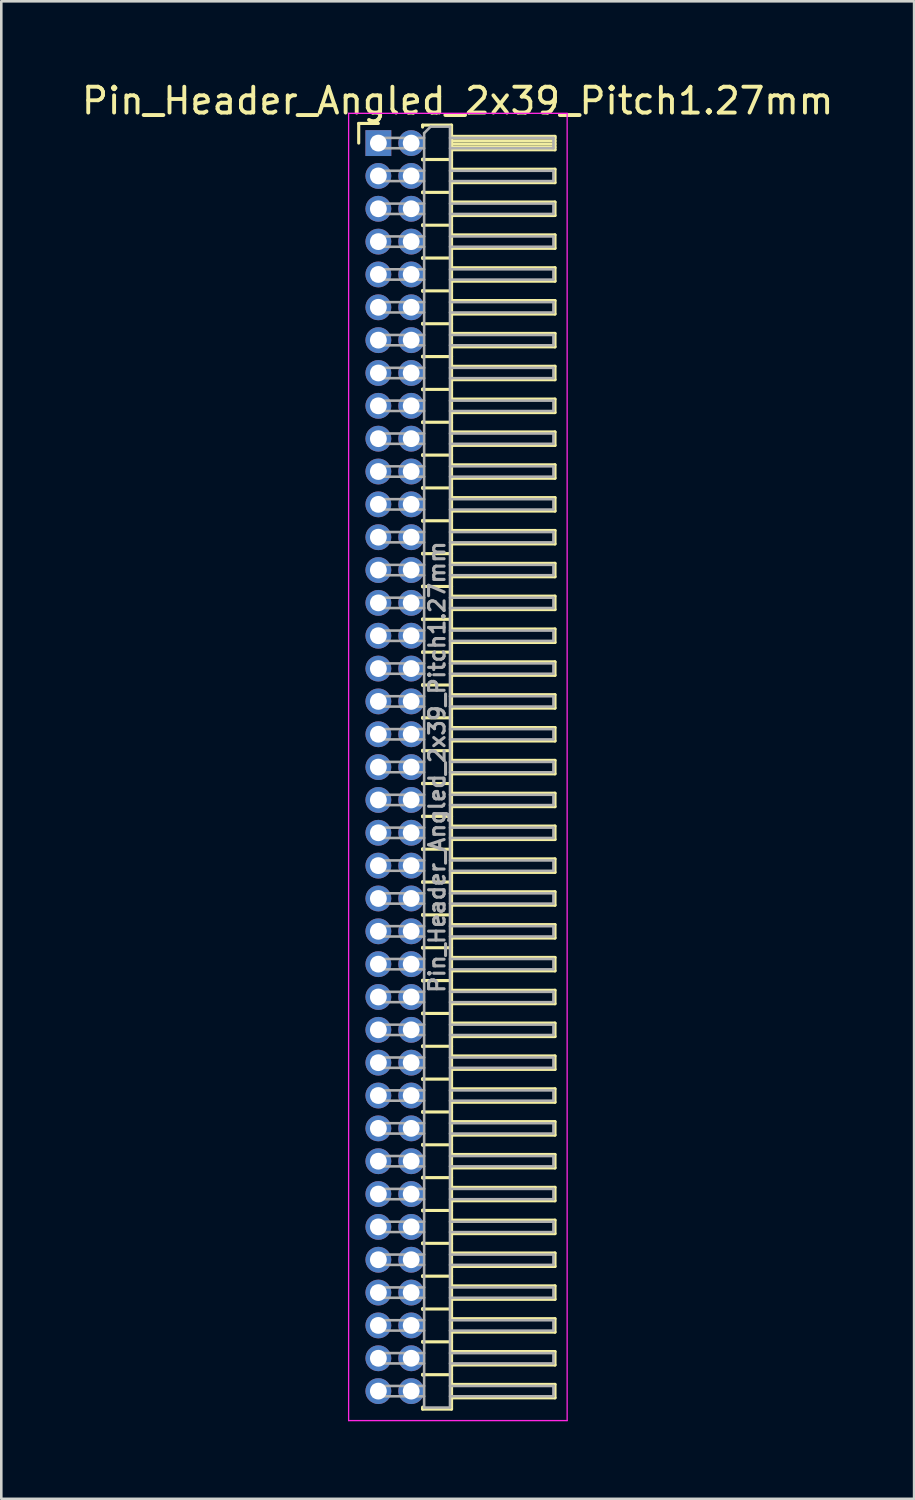
<source format=kicad_pcb>
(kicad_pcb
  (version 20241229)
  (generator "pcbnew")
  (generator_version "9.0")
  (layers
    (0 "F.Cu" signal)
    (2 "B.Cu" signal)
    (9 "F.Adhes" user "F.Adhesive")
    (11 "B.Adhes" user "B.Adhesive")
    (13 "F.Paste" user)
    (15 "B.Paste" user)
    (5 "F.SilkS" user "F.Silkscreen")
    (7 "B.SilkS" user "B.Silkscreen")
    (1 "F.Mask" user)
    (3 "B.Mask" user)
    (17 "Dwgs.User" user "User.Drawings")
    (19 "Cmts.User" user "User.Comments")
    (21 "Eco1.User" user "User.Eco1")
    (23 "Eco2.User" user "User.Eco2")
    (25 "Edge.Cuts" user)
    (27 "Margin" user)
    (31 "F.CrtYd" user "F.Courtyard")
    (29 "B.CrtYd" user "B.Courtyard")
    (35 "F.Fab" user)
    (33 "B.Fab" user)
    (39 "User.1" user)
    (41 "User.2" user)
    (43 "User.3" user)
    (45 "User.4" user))
  (footprint "Pin_Header_Angled_2x39_Pitch1.27mm"
    (layer "F.Cu")
    (at 11.581 2.483)
    (property "Reference" "Pin_Header_Angled_2x39_Pitch1.27mm" (at 3.067 -1.635 0) (layer "F.SilkS") (effects (font (size 1 1) (thickness 0.15))))
    (attr through_hole)
    (fp_line (start -0.76 -0.76) (end 0 -0.76) (stroke (width 0.12) (type solid)) (layer "F.SilkS"))
    (fp_line (start -0.76 0) (end -0.76 -0.76) (stroke (width 0.12) (type solid)) (layer "F.SilkS"))
    (fp_line (start 1.71 -0.695) (end 2.83 -0.695) (stroke (width 0.12) (type solid)) (layer "F.SilkS"))
    (fp_line (start 1.71 -0.62) (end 1.71 -0.695) (stroke (width 0.12) (type solid)) (layer "F.SilkS"))
    (fp_line (start 1.71 0.62) (end 1.71 0.65) (stroke (width 0.12) (type solid)) (layer "F.SilkS"))
    (fp_line (start 1.71 0.635) (end 2.83 0.635) (stroke (width 0.12) (type solid)) (layer "F.SilkS"))
    (fp_line (start 1.71 1.89) (end 1.71 1.92) (stroke (width 0.12) (type solid)) (layer "F.SilkS"))
    (fp_line (start 1.71 1.905) (end 2.83 1.905) (stroke (width 0.12) (type solid)) (layer "F.SilkS"))
    (fp_line (start 1.71 3.16) (end 1.71 3.19) (stroke (width 0.12) (type solid)) (layer "F.SilkS"))
    (fp_line (start 1.71 3.175) (end 2.83 3.175) (stroke (width 0.12) (type solid)) (layer "F.SilkS"))
    (fp_line (start 1.71 4.43) (end 1.71 4.46) (stroke (width 0.12) (type solid)) (layer "F.SilkS"))
    (fp_line (start 1.71 4.445) (end 2.83 4.445) (stroke (width 0.12) (type solid)) (layer "F.SilkS"))
    (fp_line (start 1.71 5.7) (end 1.71 5.73) (stroke (width 0.12) (type solid)) (layer "F.SilkS"))
    (fp_line (start 1.71 5.715) (end 2.83 5.715) (stroke (width 0.12) (type solid)) (layer "F.SilkS"))
    (fp_line (start 1.71 6.97) (end 1.71 7) (stroke (width 0.12) (type solid)) (layer "F.SilkS"))
    (fp_line (start 1.71 6.985) (end 2.83 6.985) (stroke (width 0.12) (type solid)) (layer "F.SilkS"))
    (fp_line (start 1.71 8.24) (end 1.71 8.27) (stroke (width 0.12) (type solid)) (layer "F.SilkS"))
    (fp_line (start 1.71 8.255) (end 2.83 8.255) (stroke (width 0.12) (type solid)) (layer "F.SilkS"))
    (fp_line (start 1.71 9.51) (end 1.71 9.54) (stroke (width 0.12) (type solid)) (layer "F.SilkS"))
    (fp_line (start 1.71 9.525) (end 2.83 9.525) (stroke (width 0.12) (type solid)) (layer "F.SilkS"))
    (fp_line (start 1.71 10.78) (end 1.71 10.81) (stroke (width 0.12) (type solid)) (layer "F.SilkS"))
    (fp_line (start 1.71 10.795) (end 2.83 10.795) (stroke (width 0.12) (type solid)) (layer "F.SilkS"))
    (fp_line (start 1.71 12.05) (end 1.71 12.08) (stroke (width 0.12) (type solid)) (layer "F.SilkS"))
    (fp_line (start 1.71 12.065) (end 2.83 12.065) (stroke (width 0.12) (type solid)) (layer "F.SilkS"))
    (fp_line (start 1.71 13.32) (end 1.71 13.35) (stroke (width 0.12) (type solid)) (layer "F.SilkS"))
    (fp_line (start 1.71 13.335) (end 2.83 13.335) (stroke (width 0.12) (type solid)) (layer "F.SilkS"))
    (fp_line (start 1.71 14.59) (end 1.71 14.62) (stroke (width 0.12) (type solid)) (layer "F.SilkS"))
    (fp_line (start 1.71 14.605) (end 2.83 14.605) (stroke (width 0.12) (type solid)) (layer "F.SilkS"))
    (fp_line (start 1.71 15.86) (end 1.71 15.89) (stroke (width 0.12) (type solid)) (layer "F.SilkS"))
    (fp_line (start 1.71 15.875) (end 2.83 15.875) (stroke (width 0.12) (type solid)) (layer "F.SilkS"))
    (fp_line (start 1.71 17.13) (end 1.71 17.16) (stroke (width 0.12) (type solid)) (layer "F.SilkS"))
    (fp_line (start 1.71 17.145) (end 2.83 17.145) (stroke (width 0.12) (type solid)) (layer "F.SilkS"))
    (fp_line (start 1.71 18.4) (end 1.71 18.43) (stroke (width 0.12) (type solid)) (layer "F.SilkS"))
    (fp_line (start 1.71 18.415) (end 2.83 18.415) (stroke (width 0.12) (type solid)) (layer "F.SilkS"))
    (fp_line (start 1.71 19.67) (end 1.71 19.7) (stroke (width 0.12) (type solid)) (layer "F.SilkS"))
    (fp_line (start 1.71 19.685) (end 2.83 19.685) (stroke (width 0.12) (type solid)) (layer "F.SilkS"))
    (fp_line (start 1.71 20.94) (end 1.71 20.97) (stroke (width 0.12) (type solid)) (layer "F.SilkS"))
    (fp_line (start 1.71 20.955) (end 2.83 20.955) (stroke (width 0.12) (type solid)) (layer "F.SilkS"))
    (fp_line (start 1.71 22.21) (end 1.71 22.24) (stroke (width 0.12) (type solid)) (layer "F.SilkS"))
    (fp_line (start 1.71 22.225) (end 2.83 22.225) (stroke (width 0.12) (type solid)) (layer "F.SilkS"))
    (fp_line (start 1.71 23.48) (end 1.71 23.51) (stroke (width 0.12) (type solid)) (layer "F.SilkS"))
    (fp_line (start 1.71 23.495) (end 2.83 23.495) (stroke (width 0.12) (type solid)) (layer "F.SilkS"))
    (fp_line (start 1.71 24.75) (end 1.71 24.78) (stroke (width 0.12) (type solid)) (layer "F.SilkS"))
    (fp_line (start 1.71 24.765) (end 2.83 24.765) (stroke (width 0.12) (type solid)) (layer "F.SilkS"))
    (fp_line (start 1.71 26.02) (end 1.71 26.05) (stroke (width 0.12) (type solid)) (layer "F.SilkS"))
    (fp_line (start 1.71 26.035) (end 2.83 26.035) (stroke (width 0.12) (type solid)) (layer "F.SilkS"))
    (fp_line (start 1.71 27.29) (end 1.71 27.32) (stroke (width 0.12) (type solid)) (layer "F.SilkS"))
    (fp_line (start 1.71 27.305) (end 2.83 27.305) (stroke (width 0.12) (type solid)) (layer "F.SilkS"))
    (fp_line (start 1.71 28.56) (end 1.71 28.59) (stroke (width 0.12) (type solid)) (layer "F.SilkS"))
    (fp_line (start 1.71 28.575) (end 2.83 28.575) (stroke (width 0.12) (type solid)) (layer "F.SilkS"))
    (fp_line (start 1.71 29.83) (end 1.71 29.86) (stroke (width 0.12) (type solid)) (layer "F.SilkS"))
    (fp_line (start 1.71 29.845) (end 2.83 29.845) (stroke (width 0.12) (type solid)) (layer "F.SilkS"))
    (fp_line (start 1.71 31.1) (end 1.71 31.13) (stroke (width 0.12) (type solid)) (layer "F.SilkS"))
    (fp_line (start 1.71 31.115) (end 2.83 31.115) (stroke (width 0.12) (type solid)) (layer "F.SilkS"))
    (fp_line (start 1.71 32.37) (end 1.71 32.4) (stroke (width 0.12) (type solid)) (layer "F.SilkS"))
    (fp_line (start 1.71 32.385) (end 2.83 32.385) (stroke (width 0.12) (type solid)) (layer "F.SilkS"))
    (fp_line (start 1.71 33.64) (end 1.71 33.67) (stroke (width 0.12) (type solid)) (layer "F.SilkS"))
    (fp_line (start 1.71 33.655) (end 2.83 33.655) (stroke (width 0.12) (type solid)) (layer "F.SilkS"))
    (fp_line (start 1.71 34.91) (end 1.71 34.94) (stroke (width 0.12) (type solid)) (layer "F.SilkS"))
    (fp_line (start 1.71 34.925) (end 2.83 34.925) (stroke (width 0.12) (type solid)) (layer "F.SilkS"))
    (fp_line (start 1.71 36.18) (end 1.71 36.21) (stroke (width 0.12) (type solid)) (layer "F.SilkS"))
    (fp_line (start 1.71 36.195) (end 2.83 36.195) (stroke (width 0.12) (type solid)) (layer "F.SilkS"))
    (fp_line (start 1.71 37.45) (end 1.71 37.48) (stroke (width 0.12) (type solid)) (layer "F.SilkS"))
    (fp_line (start 1.71 37.465) (end 2.83 37.465) (stroke (width 0.12) (type solid)) (layer "F.SilkS"))
    (fp_line (start 1.71 38.72) (end 1.71 38.75) (stroke (width 0.12) (type solid)) (layer "F.SilkS"))
    (fp_line (start 1.71 38.735) (end 2.83 38.735) (stroke (width 0.12) (type solid)) (layer "F.SilkS"))
    (fp_line (start 1.71 39.99) (end 1.71 40.02) (stroke (width 0.12) (type solid)) (layer "F.SilkS"))
    (fp_line (start 1.71 40.005) (end 2.83 40.005) (stroke (width 0.12) (type solid)) (layer "F.SilkS"))
    (fp_line (start 1.71 41.26) (end 1.71 41.29) (stroke (width 0.12) (type solid)) (layer "F.SilkS"))
    (fp_line (start 1.71 41.275) (end 2.83 41.275) (stroke (width 0.12) (type solid)) (layer "F.SilkS"))
    (fp_line (start 1.71 42.53) (end 1.71 42.56) (stroke (width 0.12) (type solid)) (layer "F.SilkS"))
    (fp_line (start 1.71 42.545) (end 2.83 42.545) (stroke (width 0.12) (type solid)) (layer "F.SilkS"))
    (fp_line (start 1.71 43.8) (end 1.71 43.83) (stroke (width 0.12) (type solid)) (layer "F.SilkS"))
    (fp_line (start 1.71 43.815) (end 2.83 43.815) (stroke (width 0.12) (type solid)) (layer "F.SilkS"))
    (fp_line (start 1.71 45.07) (end 1.71 45.1) (stroke (width 0.12) (type solid)) (layer "F.SilkS"))
    (fp_line (start 1.71 45.085) (end 2.83 45.085) (stroke (width 0.12) (type solid)) (layer "F.SilkS"))
    (fp_line (start 1.71 46.34) (end 1.71 46.37) (stroke (width 0.12) (type solid)) (layer "F.SilkS"))
    (fp_line (start 1.71 46.355) (end 2.83 46.355) (stroke (width 0.12) (type solid)) (layer "F.SilkS"))
    (fp_line (start 1.71 47.61) (end 1.71 47.64) (stroke (width 0.12) (type solid)) (layer "F.SilkS"))
    (fp_line (start 1.71 47.625) (end 2.83 47.625) (stroke (width 0.12) (type solid)) (layer "F.SilkS"))
    (fp_line (start 1.71 48.955) (end 1.71 48.88) (stroke (width 0.12) (type solid)) (layer "F.SilkS"))
    (fp_line (start 2.83 -0.695) (end 2.83 48.955) (stroke (width 0.12) (type solid)) (layer "F.SilkS"))
    (fp_line (start 2.83 -0.26) (end 6.83 -0.26) (stroke (width 0.12) (type solid)) (layer "F.SilkS"))
    (fp_line (start 2.83 -0.2) (end 6.83 -0.2) (stroke (width 0.12) (type solid)) (layer "F.SilkS"))
    (fp_line (start 2.83 -0.08) (end 6.83 -0.08) (stroke (width 0.12) (type solid)) (layer "F.SilkS"))
    (fp_line (start 2.83 0.04) (end 6.83 0.04) (stroke (width 0.12) (type solid)) (layer "F.SilkS"))
    (fp_line (start 2.83 0.16) (end 6.83 0.16) (stroke (width 0.12) (type solid)) (layer "F.SilkS"))
    (fp_line (start 2.83 1.01) (end 6.83 1.01) (stroke (width 0.12) (type solid)) (layer "F.SilkS"))
    (fp_line (start 2.83 2.28) (end 6.83 2.28) (stroke (width 0.12) (type solid)) (layer "F.SilkS"))
    (fp_line (start 2.83 3.55) (end 6.83 3.55) (stroke (width 0.12) (type solid)) (layer "F.SilkS"))
    (fp_line (start 2.83 4.82) (end 6.83 4.82) (stroke (width 0.12) (type solid)) (layer "F.SilkS"))
    (fp_line (start 2.83 6.09) (end 6.83 6.09) (stroke (width 0.12) (type solid)) (layer "F.SilkS"))
    (fp_line (start 2.83 7.36) (end 6.83 7.36) (stroke (width 0.12) (type solid)) (layer "F.SilkS"))
    (fp_line (start 2.83 8.63) (end 6.83 8.63) (stroke (width 0.12) (type solid)) (layer "F.SilkS"))
    (fp_line (start 2.83 9.9) (end 6.83 9.9) (stroke (width 0.12) (type solid)) (layer "F.SilkS"))
    (fp_line (start 2.83 11.17) (end 6.83 11.17) (stroke (width 0.12) (type solid)) (layer "F.SilkS"))
    (fp_line (start 2.83 12.44) (end 6.83 12.44) (stroke (width 0.12) (type solid)) (layer "F.SilkS"))
    (fp_line (start 2.83 13.71) (end 6.83 13.71) (stroke (width 0.12) (type solid)) (layer "F.SilkS"))
    (fp_line (start 2.83 14.98) (end 6.83 14.98) (stroke (width 0.12) (type solid)) (layer "F.SilkS"))
    (fp_line (start 2.83 16.25) (end 6.83 16.25) (stroke (width 0.12) (type solid)) (layer "F.SilkS"))
    (fp_line (start 2.83 17.52) (end 6.83 17.52) (stroke (width 0.12) (type solid)) (layer "F.SilkS"))
    (fp_line (start 2.83 18.79) (end 6.83 18.79) (stroke (width 0.12) (type solid)) (layer "F.SilkS"))
    (fp_line (start 2.83 20.06) (end 6.83 20.06) (stroke (width 0.12) (type solid)) (layer "F.SilkS"))
    (fp_line (start 2.83 21.33) (end 6.83 21.33) (stroke (width 0.12) (type solid)) (layer "F.SilkS"))
    (fp_line (start 2.83 22.6) (end 6.83 22.6) (stroke (width 0.12) (type solid)) (layer "F.SilkS"))
    (fp_line (start 2.83 23.87) (end 6.83 23.87) (stroke (width 0.12) (type solid)) (layer "F.SilkS"))
    (fp_line (start 2.83 25.14) (end 6.83 25.14) (stroke (width 0.12) (type solid)) (layer "F.SilkS"))
    (fp_line (start 2.83 26.41) (end 6.83 26.41) (stroke (width 0.12) (type solid)) (layer "F.SilkS"))
    (fp_line (start 2.83 27.68) (end 6.83 27.68) (stroke (width 0.12) (type solid)) (layer "F.SilkS"))
    (fp_line (start 2.83 28.95) (end 6.83 28.95) (stroke (width 0.12) (type solid)) (layer "F.SilkS"))
    (fp_line (start 2.83 30.22) (end 6.83 30.22) (stroke (width 0.12) (type solid)) (layer "F.SilkS"))
    (fp_line (start 2.83 31.49) (end 6.83 31.49) (stroke (width 0.12) (type solid)) (layer "F.SilkS"))
    (fp_line (start 2.83 32.76) (end 6.83 32.76) (stroke (width 0.12) (type solid)) (layer "F.SilkS"))
    (fp_line (start 2.83 34.03) (end 6.83 34.03) (stroke (width 0.12) (type solid)) (layer "F.SilkS"))
    (fp_line (start 2.83 35.3) (end 6.83 35.3) (stroke (width 0.12) (type solid)) (layer "F.SilkS"))
    (fp_line (start 2.83 36.57) (end 6.83 36.57) (stroke (width 0.12) (type solid)) (layer "F.SilkS"))
    (fp_line (start 2.83 37.84) (end 6.83 37.84) (stroke (width 0.12) (type solid)) (layer "F.SilkS"))
    (fp_line (start 2.83 39.11) (end 6.83 39.11) (stroke (width 0.12) (type solid)) (layer "F.SilkS"))
    (fp_line (start 2.83 40.38) (end 6.83 40.38) (stroke (width 0.12) (type solid)) (layer "F.SilkS"))
    (fp_line (start 2.83 41.65) (end 6.83 41.65) (stroke (width 0.12) (type solid)) (layer "F.SilkS"))
    (fp_line (start 2.83 42.92) (end 6.83 42.92) (stroke (width 0.12) (type solid)) (layer "F.SilkS"))
    (fp_line (start 2.83 44.19) (end 6.83 44.19) (stroke (width 0.12) (type solid)) (layer "F.SilkS"))
    (fp_line (start 2.83 45.46) (end 6.83 45.46) (stroke (width 0.12) (type solid)) (layer "F.SilkS"))
    (fp_line (start 2.83 46.73) (end 6.83 46.73) (stroke (width 0.12) (type solid)) (layer "F.SilkS"))
    (fp_line (start 2.83 48) (end 6.83 48) (stroke (width 0.12) (type solid)) (layer "F.SilkS"))
    (fp_line (start 2.83 48.955) (end 1.71 48.955) (stroke (width 0.12) (type solid)) (layer "F.SilkS"))
    (fp_line (start 6.83 -0.26) (end 6.83 0.26) (stroke (width 0.12) (type solid)) (layer "F.SilkS"))
    (fp_line (start 6.83 0.26) (end 2.83 0.26) (stroke (width 0.12) (type solid)) (layer "F.SilkS"))
    (fp_line (start 6.83 1.01) (end 6.83 1.53) (stroke (width 0.12) (type solid)) (layer "F.SilkS"))
    (fp_line (start 6.83 1.53) (end 2.83 1.53) (stroke (width 0.12) (type solid)) (layer "F.SilkS"))
    (fp_line (start 6.83 2.28) (end 6.83 2.8) (stroke (width 0.12) (type solid)) (layer "F.SilkS"))
    (fp_line (start 6.83 2.8) (end 2.83 2.8) (stroke (width 0.12) (type solid)) (layer "F.SilkS"))
    (fp_line (start 6.83 3.55) (end 6.83 4.07) (stroke (width 0.12) (type solid)) (layer "F.SilkS"))
    (fp_line (start 6.83 4.07) (end 2.83 4.07) (stroke (width 0.12) (type solid)) (layer "F.SilkS"))
    (fp_line (start 6.83 4.82) (end 6.83 5.34) (stroke (width 0.12) (type solid)) (layer "F.SilkS"))
    (fp_line (start 6.83 5.34) (end 2.83 5.34) (stroke (width 0.12) (type solid)) (layer "F.SilkS"))
    (fp_line (start 6.83 6.09) (end 6.83 6.61) (stroke (width 0.12) (type solid)) (layer "F.SilkS"))
    (fp_line (start 6.83 6.61) (end 2.83 6.61) (stroke (width 0.12) (type solid)) (layer "F.SilkS"))
    (fp_line (start 6.83 7.36) (end 6.83 7.88) (stroke (width 0.12) (type solid)) (layer "F.SilkS"))
    (fp_line (start 6.83 7.88) (end 2.83 7.88) (stroke (width 0.12) (type solid)) (layer "F.SilkS"))
    (fp_line (start 6.83 8.63) (end 6.83 9.15) (stroke (width 0.12) (type solid)) (layer "F.SilkS"))
    (fp_line (start 6.83 9.15) (end 2.83 9.15) (stroke (width 0.12) (type solid)) (layer "F.SilkS"))
    (fp_line (start 6.83 9.9) (end 6.83 10.42) (stroke (width 0.12) (type solid)) (layer "F.SilkS"))
    (fp_line (start 6.83 10.42) (end 2.83 10.42) (stroke (width 0.12) (type solid)) (layer "F.SilkS"))
    (fp_line (start 6.83 11.17) (end 6.83 11.69) (stroke (width 0.12) (type solid)) (layer "F.SilkS"))
    (fp_line (start 6.83 11.69) (end 2.83 11.69) (stroke (width 0.12) (type solid)) (layer "F.SilkS"))
    (fp_line (start 6.83 12.44) (end 6.83 12.96) (stroke (width 0.12) (type solid)) (layer "F.SilkS"))
    (fp_line (start 6.83 12.96) (end 2.83 12.96) (stroke (width 0.12) (type solid)) (layer "F.SilkS"))
    (fp_line (start 6.83 13.71) (end 6.83 14.23) (stroke (width 0.12) (type solid)) (layer "F.SilkS"))
    (fp_line (start 6.83 14.23) (end 2.83 14.23) (stroke (width 0.12) (type solid)) (layer "F.SilkS"))
    (fp_line (start 6.83 14.98) (end 6.83 15.5) (stroke (width 0.12) (type solid)) (layer "F.SilkS"))
    (fp_line (start 6.83 15.5) (end 2.83 15.5) (stroke (width 0.12) (type solid)) (layer "F.SilkS"))
    (fp_line (start 6.83 16.25) (end 6.83 16.77) (stroke (width 0.12) (type solid)) (layer "F.SilkS"))
    (fp_line (start 6.83 16.77) (end 2.83 16.77) (stroke (width 0.12) (type solid)) (layer "F.SilkS"))
    (fp_line (start 6.83 17.52) (end 6.83 18.04) (stroke (width 0.12) (type solid)) (layer "F.SilkS"))
    (fp_line (start 6.83 18.04) (end 2.83 18.04) (stroke (width 0.12) (type solid)) (layer "F.SilkS"))
    (fp_line (start 6.83 18.79) (end 6.83 19.31) (stroke (width 0.12) (type solid)) (layer "F.SilkS"))
    (fp_line (start 6.83 19.31) (end 2.83 19.31) (stroke (width 0.12) (type solid)) (layer "F.SilkS"))
    (fp_line (start 6.83 20.06) (end 6.83 20.58) (stroke (width 0.12) (type solid)) (layer "F.SilkS"))
    (fp_line (start 6.83 20.58) (end 2.83 20.58) (stroke (width 0.12) (type solid)) (layer "F.SilkS"))
    (fp_line (start 6.83 21.33) (end 6.83 21.85) (stroke (width 0.12) (type solid)) (layer "F.SilkS"))
    (fp_line (start 6.83 21.85) (end 2.83 21.85) (stroke (width 0.12) (type solid)) (layer "F.SilkS"))
    (fp_line (start 6.83 22.6) (end 6.83 23.12) (stroke (width 0.12) (type solid)) (layer "F.SilkS"))
    (fp_line (start 6.83 23.12) (end 2.83 23.12) (stroke (width 0.12) (type solid)) (layer "F.SilkS"))
    (fp_line (start 6.83 23.87) (end 6.83 24.39) (stroke (width 0.12) (type solid)) (layer "F.SilkS"))
    (fp_line (start 6.83 24.39) (end 2.83 24.39) (stroke (width 0.12) (type solid)) (layer "F.SilkS"))
    (fp_line (start 6.83 25.14) (end 6.83 25.66) (stroke (width 0.12) (type solid)) (layer "F.SilkS"))
    (fp_line (start 6.83 25.66) (end 2.83 25.66) (stroke (width 0.12) (type solid)) (layer "F.SilkS"))
    (fp_line (start 6.83 26.41) (end 6.83 26.93) (stroke (width 0.12) (type solid)) (layer "F.SilkS"))
    (fp_line (start 6.83 26.93) (end 2.83 26.93) (stroke (width 0.12) (type solid)) (layer "F.SilkS"))
    (fp_line (start 6.83 27.68) (end 6.83 28.2) (stroke (width 0.12) (type solid)) (layer "F.SilkS"))
    (fp_line (start 6.83 28.2) (end 2.83 28.2) (stroke (width 0.12) (type solid)) (layer "F.SilkS"))
    (fp_line (start 6.83 28.95) (end 6.83 29.47) (stroke (width 0.12) (type solid)) (layer "F.SilkS"))
    (fp_line (start 6.83 29.47) (end 2.83 29.47) (stroke (width 0.12) (type solid)) (layer "F.SilkS"))
    (fp_line (start 6.83 30.22) (end 6.83 30.74) (stroke (width 0.12) (type solid)) (layer "F.SilkS"))
    (fp_line (start 6.83 30.74) (end 2.83 30.74) (stroke (width 0.12) (type solid)) (layer "F.SilkS"))
    (fp_line (start 6.83 31.49) (end 6.83 32.01) (stroke (width 0.12) (type solid)) (layer "F.SilkS"))
    (fp_line (start 6.83 32.01) (end 2.83 32.01) (stroke (width 0.12) (type solid)) (layer "F.SilkS"))
    (fp_line (start 6.83 32.76) (end 6.83 33.28) (stroke (width 0.12) (type solid)) (layer "F.SilkS"))
    (fp_line (start 6.83 33.28) (end 2.83 33.28) (stroke (width 0.12) (type solid)) (layer "F.SilkS"))
    (fp_line (start 6.83 34.03) (end 6.83 34.55) (stroke (width 0.12) (type solid)) (layer "F.SilkS"))
    (fp_line (start 6.83 34.55) (end 2.83 34.55) (stroke (width 0.12) (type solid)) (layer "F.SilkS"))
    (fp_line (start 6.83 35.3) (end 6.83 35.82) (stroke (width 0.12) (type solid)) (layer "F.SilkS"))
    (fp_line (start 6.83 35.82) (end 2.83 35.82) (stroke (width 0.12) (type solid)) (layer "F.SilkS"))
    (fp_line (start 6.83 36.57) (end 6.83 37.09) (stroke (width 0.12) (type solid)) (layer "F.SilkS"))
    (fp_line (start 6.83 37.09) (end 2.83 37.09) (stroke (width 0.12) (type solid)) (layer "F.SilkS"))
    (fp_line (start 6.83 37.84) (end 6.83 38.36) (stroke (width 0.12) (type solid)) (layer "F.SilkS"))
    (fp_line (start 6.83 38.36) (end 2.83 38.36) (stroke (width 0.12) (type solid)) (layer "F.SilkS"))
    (fp_line (start 6.83 39.11) (end 6.83 39.63) (stroke (width 0.12) (type solid)) (layer "F.SilkS"))
    (fp_line (start 6.83 39.63) (end 2.83 39.63) (stroke (width 0.12) (type solid)) (layer "F.SilkS"))
    (fp_line (start 6.83 40.38) (end 6.83 40.9) (stroke (width 0.12) (type solid)) (layer "F.SilkS"))
    (fp_line (start 6.83 40.9) (end 2.83 40.9) (stroke (width 0.12) (type solid)) (layer "F.SilkS"))
    (fp_line (start 6.83 41.65) (end 6.83 42.17) (stroke (width 0.12) (type solid)) (layer "F.SilkS"))
    (fp_line (start 6.83 42.17) (end 2.83 42.17) (stroke (width 0.12) (type solid)) (layer "F.SilkS"))
    (fp_line (start 6.83 42.92) (end 6.83 43.44) (stroke (width 0.12) (type solid)) (layer "F.SilkS"))
    (fp_line (start 6.83 43.44) (end 2.83 43.44) (stroke (width 0.12) (type solid)) (layer "F.SilkS"))
    (fp_line (start 6.83 44.19) (end 6.83 44.71) (stroke (width 0.12) (type solid)) (layer "F.SilkS"))
    (fp_line (start 6.83 44.71) (end 2.83 44.71) (stroke (width 0.12) (type solid)) (layer "F.SilkS"))
    (fp_line (start 6.83 45.46) (end 6.83 45.98) (stroke (width 0.12) (type solid)) (layer "F.SilkS"))
    (fp_line (start 6.83 45.98) (end 2.83 45.98) (stroke (width 0.12) (type solid)) (layer "F.SilkS"))
    (fp_line (start 6.83 46.73) (end 6.83 47.25) (stroke (width 0.12) (type solid)) (layer "F.SilkS"))
    (fp_line (start 6.83 47.25) (end 2.83 47.25) (stroke (width 0.12) (type solid)) (layer "F.SilkS"))
    (fp_line (start 6.83 48) (end 6.83 48.52) (stroke (width 0.12) (type solid)) (layer "F.SilkS"))
    (fp_line (start 6.83 48.52) (end 2.83 48.52) (stroke (width 0.12) (type solid)) (layer "F.SilkS"))
    (fp_line (start -1.15 -1.15) (end -1.15 49.4) (stroke (width 0.05) (type solid)) (layer "F.CrtYd"))
    (fp_line (start -1.15 49.4) (end 7.3 49.4) (stroke (width 0.05) (type solid)) (layer "F.CrtYd"))
    (fp_line (start 7.3 -1.15) (end -1.15 -1.15) (stroke (width 0.05) (type solid)) (layer "F.CrtYd"))
    (fp_line (start 7.3 49.4) (end 7.3 -1.15) (stroke (width 0.05) (type solid)) (layer "F.CrtYd"))
    (fp_line (start -0.2 -0.2) (end -0.2 0.2) (stroke (width 0.1) (type solid)) (layer "F.Fab"))
    (fp_line (start -0.2 -0.2) (end 1.77 -0.2) (stroke (width 0.1) (type solid)) (layer "F.Fab"))
    (fp_line (start -0.2 0.2) (end 1.77 0.2) (stroke (width 0.1) (type solid)) (layer "F.Fab"))
    (fp_line (start -0.2 1.07) (end -0.2 1.47) (stroke (width 0.1) (type solid)) (layer "F.Fab"))
    (fp_line (start -0.2 1.07) (end 1.77 1.07) (stroke (width 0.1) (type solid)) (layer "F.Fab"))
    (fp_line (start -0.2 1.47) (end 1.77 1.47) (stroke (width 0.1) (type solid)) (layer "F.Fab"))
    (fp_line (start -0.2 2.34) (end -0.2 2.74) (stroke (width 0.1) (type solid)) (layer "F.Fab"))
    (fp_line (start -0.2 2.34) (end 1.77 2.34) (stroke (width 0.1) (type solid)) (layer "F.Fab"))
    (fp_line (start -0.2 2.74) (end 1.77 2.74) (stroke (width 0.1) (type solid)) (layer "F.Fab"))
    (fp_line (start -0.2 3.61) (end -0.2 4.01) (stroke (width 0.1) (type solid)) (layer "F.Fab"))
    (fp_line (start -0.2 3.61) (end 1.77 3.61) (stroke (width 0.1) (type solid)) (layer "F.Fab"))
    (fp_line (start -0.2 4.01) (end 1.77 4.01) (stroke (width 0.1) (type solid)) (layer "F.Fab"))
    (fp_line (start -0.2 4.88) (end -0.2 5.28) (stroke (width 0.1) (type solid)) (layer "F.Fab"))
    (fp_line (start -0.2 4.88) (end 1.77 4.88) (stroke (width 0.1) (type solid)) (layer "F.Fab"))
    (fp_line (start -0.2 5.28) (end 1.77 5.28) (stroke (width 0.1) (type solid)) (layer "F.Fab"))
    (fp_line (start -0.2 6.15) (end -0.2 6.55) (stroke (width 0.1) (type solid)) (layer "F.Fab"))
    (fp_line (start -0.2 6.15) (end 1.77 6.15) (stroke (width 0.1) (type solid)) (layer "F.Fab"))
    (fp_line (start -0.2 6.55) (end 1.77 6.55) (stroke (width 0.1) (type solid)) (layer "F.Fab"))
    (fp_line (start -0.2 7.42) (end -0.2 7.82) (stroke (width 0.1) (type solid)) (layer "F.Fab"))
    (fp_line (start -0.2 7.42) (end 1.77 7.42) (stroke (width 0.1) (type solid)) (layer "F.Fab"))
    (fp_line (start -0.2 7.82) (end 1.77 7.82) (stroke (width 0.1) (type solid)) (layer "F.Fab"))
    (fp_line (start -0.2 8.69) (end -0.2 9.09) (stroke (width 0.1) (type solid)) (layer "F.Fab"))
    (fp_line (start -0.2 8.69) (end 1.77 8.69) (stroke (width 0.1) (type solid)) (layer "F.Fab"))
    (fp_line (start -0.2 9.09) (end 1.77 9.09) (stroke (width 0.1) (type solid)) (layer "F.Fab"))
    (fp_line (start -0.2 9.96) (end -0.2 10.36) (stroke (width 0.1) (type solid)) (layer "F.Fab"))
    (fp_line (start -0.2 9.96) (end 1.77 9.96) (stroke (width 0.1) (type solid)) (layer "F.Fab"))
    (fp_line (start -0.2 10.36) (end 1.77 10.36) (stroke (width 0.1) (type solid)) (layer "F.Fab"))
    (fp_line (start -0.2 11.23) (end -0.2 11.63) (stroke (width 0.1) (type solid)) (layer "F.Fab"))
    (fp_line (start -0.2 11.23) (end 1.77 11.23) (stroke (width 0.1) (type solid)) (layer "F.Fab"))
    (fp_line (start -0.2 11.63) (end 1.77 11.63) (stroke (width 0.1) (type solid)) (layer "F.Fab"))
    (fp_line (start -0.2 12.5) (end -0.2 12.9) (stroke (width 0.1) (type solid)) (layer "F.Fab"))
    (fp_line (start -0.2 12.5) (end 1.77 12.5) (stroke (width 0.1) (type solid)) (layer "F.Fab"))
    (fp_line (start -0.2 12.9) (end 1.77 12.9) (stroke (width 0.1) (type solid)) (layer "F.Fab"))
    (fp_line (start -0.2 13.77) (end -0.2 14.17) (stroke (width 0.1) (type solid)) (layer "F.Fab"))
    (fp_line (start -0.2 13.77) (end 1.77 13.77) (stroke (width 0.1) (type solid)) (layer "F.Fab"))
    (fp_line (start -0.2 14.17) (end 1.77 14.17) (stroke (width 0.1) (type solid)) (layer "F.Fab"))
    (fp_line (start -0.2 15.04) (end -0.2 15.44) (stroke (width 0.1) (type solid)) (layer "F.Fab"))
    (fp_line (start -0.2 15.04) (end 1.77 15.04) (stroke (width 0.1) (type solid)) (layer "F.Fab"))
    (fp_line (start -0.2 15.44) (end 1.77 15.44) (stroke (width 0.1) (type solid)) (layer "F.Fab"))
    (fp_line (start -0.2 16.31) (end -0.2 16.71) (stroke (width 0.1) (type solid)) (layer "F.Fab"))
    (fp_line (start -0.2 16.31) (end 1.77 16.31) (stroke (width 0.1) (type solid)) (layer "F.Fab"))
    (fp_line (start -0.2 16.71) (end 1.77 16.71) (stroke (width 0.1) (type solid)) (layer "F.Fab"))
    (fp_line (start -0.2 17.58) (end -0.2 17.98) (stroke (width 0.1) (type solid)) (layer "F.Fab"))
    (fp_line (start -0.2 17.58) (end 1.77 17.58) (stroke (width 0.1) (type solid)) (layer "F.Fab"))
    (fp_line (start -0.2 17.98) (end 1.77 17.98) (stroke (width 0.1) (type solid)) (layer "F.Fab"))
    (fp_line (start -0.2 18.85) (end -0.2 19.25) (stroke (width 0.1) (type solid)) (layer "F.Fab"))
    (fp_line (start -0.2 18.85) (end 1.77 18.85) (stroke (width 0.1) (type solid)) (layer "F.Fab"))
    (fp_line (start -0.2 19.25) (end 1.77 19.25) (stroke (width 0.1) (type solid)) (layer "F.Fab"))
    (fp_line (start -0.2 20.12) (end -0.2 20.52) (stroke (width 0.1) (type solid)) (layer "F.Fab"))
    (fp_line (start -0.2 20.12) (end 1.77 20.12) (stroke (width 0.1) (type solid)) (layer "F.Fab"))
    (fp_line (start -0.2 20.52) (end 1.77 20.52) (stroke (width 0.1) (type solid)) (layer "F.Fab"))
    (fp_line (start -0.2 21.39) (end -0.2 21.79) (stroke (width 0.1) (type solid)) (layer "F.Fab"))
    (fp_line (start -0.2 21.39) (end 1.77 21.39) (stroke (width 0.1) (type solid)) (layer "F.Fab"))
    (fp_line (start -0.2 21.79) (end 1.77 21.79) (stroke (width 0.1) (type solid)) (layer "F.Fab"))
    (fp_line (start -0.2 22.66) (end -0.2 23.06) (stroke (width 0.1) (type solid)) (layer "F.Fab"))
    (fp_line (start -0.2 22.66) (end 1.77 22.66) (stroke (width 0.1) (type solid)) (layer "F.Fab"))
    (fp_line (start -0.2 23.06) (end 1.77 23.06) (stroke (width 0.1) (type solid)) (layer "F.Fab"))
    (fp_line (start -0.2 23.93) (end -0.2 24.33) (stroke (width 0.1) (type solid)) (layer "F.Fab"))
    (fp_line (start -0.2 23.93) (end 1.77 23.93) (stroke (width 0.1) (type solid)) (layer "F.Fab"))
    (fp_line (start -0.2 24.33) (end 1.77 24.33) (stroke (width 0.1) (type solid)) (layer "F.Fab"))
    (fp_line (start -0.2 25.2) (end -0.2 25.6) (stroke (width 0.1) (type solid)) (layer "F.Fab"))
    (fp_line (start -0.2 25.2) (end 1.77 25.2) (stroke (width 0.1) (type solid)) (layer "F.Fab"))
    (fp_line (start -0.2 25.6) (end 1.77 25.6) (stroke (width 0.1) (type solid)) (layer "F.Fab"))
    (fp_line (start -0.2 26.47) (end -0.2 26.87) (stroke (width 0.1) (type solid)) (layer "F.Fab"))
    (fp_line (start -0.2 26.47) (end 1.77 26.47) (stroke (width 0.1) (type solid)) (layer "F.Fab"))
    (fp_line (start -0.2 26.87) (end 1.77 26.87) (stroke (width 0.1) (type solid)) (layer "F.Fab"))
    (fp_line (start -0.2 27.74) (end -0.2 28.14) (stroke (width 0.1) (type solid)) (layer "F.Fab"))
    (fp_line (start -0.2 27.74) (end 1.77 27.74) (stroke (width 0.1) (type solid)) (layer "F.Fab"))
    (fp_line (start -0.2 28.14) (end 1.77 28.14) (stroke (width 0.1) (type solid)) (layer "F.Fab"))
    (fp_line (start -0.2 29.01) (end -0.2 29.41) (stroke (width 0.1) (type solid)) (layer "F.Fab"))
    (fp_line (start -0.2 29.01) (end 1.77 29.01) (stroke (width 0.1) (type solid)) (layer "F.Fab"))
    (fp_line (start -0.2 29.41) (end 1.77 29.41) (stroke (width 0.1) (type solid)) (layer "F.Fab"))
    (fp_line (start -0.2 30.28) (end -0.2 30.68) (stroke (width 0.1) (type solid)) (layer "F.Fab"))
    (fp_line (start -0.2 30.28) (end 1.77 30.28) (stroke (width 0.1) (type solid)) (layer "F.Fab"))
    (fp_line (start -0.2 30.68) (end 1.77 30.68) (stroke (width 0.1) (type solid)) (layer "F.Fab"))
    (fp_line (start -0.2 31.55) (end -0.2 31.95) (stroke (width 0.1) (type solid)) (layer "F.Fab"))
    (fp_line (start -0.2 31.55) (end 1.77 31.55) (stroke (width 0.1) (type solid)) (layer "F.Fab"))
    (fp_line (start -0.2 31.95) (end 1.77 31.95) (stroke (width 0.1) (type solid)) (layer "F.Fab"))
    (fp_line (start -0.2 32.82) (end -0.2 33.22) (stroke (width 0.1) (type solid)) (layer "F.Fab"))
    (fp_line (start -0.2 32.82) (end 1.77 32.82) (stroke (width 0.1) (type solid)) (layer "F.Fab"))
    (fp_line (start -0.2 33.22) (end 1.77 33.22) (stroke (width 0.1) (type solid)) (layer "F.Fab"))
    (fp_line (start -0.2 34.09) (end -0.2 34.49) (stroke (width 0.1) (type solid)) (layer "F.Fab"))
    (fp_line (start -0.2 34.09) (end 1.77 34.09) (stroke (width 0.1) (type solid)) (layer "F.Fab"))
    (fp_line (start -0.2 34.49) (end 1.77 34.49) (stroke (width 0.1) (type solid)) (layer "F.Fab"))
    (fp_line (start -0.2 35.36) (end -0.2 35.76) (stroke (width 0.1) (type solid)) (layer "F.Fab"))
    (fp_line (start -0.2 35.36) (end 1.77 35.36) (stroke (width 0.1) (type solid)) (layer "F.Fab"))
    (fp_line (start -0.2 35.76) (end 1.77 35.76) (stroke (width 0.1) (type solid)) (layer "F.Fab"))
    (fp_line (start -0.2 36.63) (end -0.2 37.03) (stroke (width 0.1) (type solid)) (layer "F.Fab"))
    (fp_line (start -0.2 36.63) (end 1.77 36.63) (stroke (width 0.1) (type solid)) (layer "F.Fab"))
    (fp_line (start -0.2 37.03) (end 1.77 37.03) (stroke (width 0.1) (type solid)) (layer "F.Fab"))
    (fp_line (start -0.2 37.9) (end -0.2 38.3) (stroke (width 0.1) (type solid)) (layer "F.Fab"))
    (fp_line (start -0.2 37.9) (end 1.77 37.9) (stroke (width 0.1) (type solid)) (layer "F.Fab"))
    (fp_line (start -0.2 38.3) (end 1.77 38.3) (stroke (width 0.1) (type solid)) (layer "F.Fab"))
    (fp_line (start -0.2 39.17) (end -0.2 39.57) (stroke (width 0.1) (type solid)) (layer "F.Fab"))
    (fp_line (start -0.2 39.17) (end 1.77 39.17) (stroke (width 0.1) (type solid)) (layer "F.Fab"))
    (fp_line (start -0.2 39.57) (end 1.77 39.57) (stroke (width 0.1) (type solid)) (layer "F.Fab"))
    (fp_line (start -0.2 40.44) (end -0.2 40.84) (stroke (width 0.1) (type solid)) (layer "F.Fab"))
    (fp_line (start -0.2 40.44) (end 1.77 40.44) (stroke (width 0.1) (type solid)) (layer "F.Fab"))
    (fp_line (start -0.2 40.84) (end 1.77 40.84) (stroke (width 0.1) (type solid)) (layer "F.Fab"))
    (fp_line (start -0.2 41.71) (end -0.2 42.11) (stroke (width 0.1) (type solid)) (layer "F.Fab"))
    (fp_line (start -0.2 41.71) (end 1.77 41.71) (stroke (width 0.1) (type solid)) (layer "F.Fab"))
    (fp_line (start -0.2 42.11) (end 1.77 42.11) (stroke (width 0.1) (type solid)) (layer "F.Fab"))
    (fp_line (start -0.2 42.98) (end -0.2 43.38) (stroke (width 0.1) (type solid)) (layer "F.Fab"))
    (fp_line (start -0.2 42.98) (end 1.77 42.98) (stroke (width 0.1) (type solid)) (layer "F.Fab"))
    (fp_line (start -0.2 43.38) (end 1.77 43.38) (stroke (width 0.1) (type solid)) (layer "F.Fab"))
    (fp_line (start -0.2 44.25) (end -0.2 44.65) (stroke (width 0.1) (type solid)) (layer "F.Fab"))
    (fp_line (start -0.2 44.25) (end 1.77 44.25) (stroke (width 0.1) (type solid)) (layer "F.Fab"))
    (fp_line (start -0.2 44.65) (end 1.77 44.65) (stroke (width 0.1) (type solid)) (layer "F.Fab"))
    (fp_line (start -0.2 45.52) (end -0.2 45.92) (stroke (width 0.1) (type solid)) (layer "F.Fab"))
    (fp_line (start -0.2 45.52) (end 1.77 45.52) (stroke (width 0.1) (type solid)) (layer "F.Fab"))
    (fp_line (start -0.2 45.92) (end 1.77 45.92) (stroke (width 0.1) (type solid)) (layer "F.Fab"))
    (fp_line (start -0.2 46.79) (end -0.2 47.19) (stroke (width 0.1) (type solid)) (layer "F.Fab"))
    (fp_line (start -0.2 46.79) (end 1.77 46.79) (stroke (width 0.1) (type solid)) (layer "F.Fab"))
    (fp_line (start -0.2 47.19) (end 1.77 47.19) (stroke (width 0.1) (type solid)) (layer "F.Fab"))
    (fp_line (start -0.2 48.06) (end -0.2 48.46) (stroke (width 0.1) (type solid)) (layer "F.Fab"))
    (fp_line (start -0.2 48.06) (end 1.77 48.06) (stroke (width 0.1) (type solid)) (layer "F.Fab"))
    (fp_line (start -0.2 48.46) (end 1.77 48.46) (stroke (width 0.1) (type solid)) (layer "F.Fab"))
    (fp_line (start 1.77 -0.385) (end 2.02 -0.635) (stroke (width 0.1) (type solid)) (layer "F.Fab"))
    (fp_line (start 1.77 48.895) (end 1.77 -0.385) (stroke (width 0.1) (type solid)) (layer "F.Fab"))
    (fp_line (start 2.02 -0.635) (end 2.77 -0.635) (stroke (width 0.1) (type solid)) (layer "F.Fab"))
    (fp_line (start 2.77 -0.635) (end 2.77 48.895) (stroke (width 0.1) (type solid)) (layer "F.Fab"))
    (fp_line (start 2.77 -0.2) (end 6.77 -0.2) (stroke (width 0.1) (type solid)) (layer "F.Fab"))
    (fp_line (start 2.77 0.2) (end 6.77 0.2) (stroke (width 0.1) (type solid)) (layer "F.Fab"))
    (fp_line (start 2.77 1.07) (end 6.77 1.07) (stroke (width 0.1) (type solid)) (layer "F.Fab"))
    (fp_line (start 2.77 1.47) (end 6.77 1.47) (stroke (width 0.1) (type solid)) (layer "F.Fab"))
    (fp_line (start 2.77 2.34) (end 6.77 2.34) (stroke (width 0.1) (type solid)) (layer "F.Fab"))
    (fp_line (start 2.77 2.74) (end 6.77 2.74) (stroke (width 0.1) (type solid)) (layer "F.Fab"))
    (fp_line (start 2.77 3.61) (end 6.77 3.61) (stroke (width 0.1) (type solid)) (layer "F.Fab"))
    (fp_line (start 2.77 4.01) (end 6.77 4.01) (stroke (width 0.1) (type solid)) (layer "F.Fab"))
    (fp_line (start 2.77 4.88) (end 6.77 4.88) (stroke (width 0.1) (type solid)) (layer "F.Fab"))
    (fp_line (start 2.77 5.28) (end 6.77 5.28) (stroke (width 0.1) (type solid)) (layer "F.Fab"))
    (fp_line (start 2.77 6.15) (end 6.77 6.15) (stroke (width 0.1) (type solid)) (layer "F.Fab"))
    (fp_line (start 2.77 6.55) (end 6.77 6.55) (stroke (width 0.1) (type solid)) (layer "F.Fab"))
    (fp_line (start 2.77 7.42) (end 6.77 7.42) (stroke (width 0.1) (type solid)) (layer "F.Fab"))
    (fp_line (start 2.77 7.82) (end 6.77 7.82) (stroke (width 0.1) (type solid)) (layer "F.Fab"))
    (fp_line (start 2.77 8.69) (end 6.77 8.69) (stroke (width 0.1) (type solid)) (layer "F.Fab"))
    (fp_line (start 2.77 9.09) (end 6.77 9.09) (stroke (width 0.1) (type solid)) (layer "F.Fab"))
    (fp_line (start 2.77 9.96) (end 6.77 9.96) (stroke (width 0.1) (type solid)) (layer "F.Fab"))
    (fp_line (start 2.77 10.36) (end 6.77 10.36) (stroke (width 0.1) (type solid)) (layer "F.Fab"))
    (fp_line (start 2.77 11.23) (end 6.77 11.23) (stroke (width 0.1) (type solid)) (layer "F.Fab"))
    (fp_line (start 2.77 11.63) (end 6.77 11.63) (stroke (width 0.1) (type solid)) (layer "F.Fab"))
    (fp_line (start 2.77 12.5) (end 6.77 12.5) (stroke (width 0.1) (type solid)) (layer "F.Fab"))
    (fp_line (start 2.77 12.9) (end 6.77 12.9) (stroke (width 0.1) (type solid)) (layer "F.Fab"))
    (fp_line (start 2.77 13.77) (end 6.77 13.77) (stroke (width 0.1) (type solid)) (layer "F.Fab"))
    (fp_line (start 2.77 14.17) (end 6.77 14.17) (stroke (width 0.1) (type solid)) (layer "F.Fab"))
    (fp_line (start 2.77 15.04) (end 6.77 15.04) (stroke (width 0.1) (type solid)) (layer "F.Fab"))
    (fp_line (start 2.77 15.44) (end 6.77 15.44) (stroke (width 0.1) (type solid)) (layer "F.Fab"))
    (fp_line (start 2.77 16.31) (end 6.77 16.31) (stroke (width 0.1) (type solid)) (layer "F.Fab"))
    (fp_line (start 2.77 16.71) (end 6.77 16.71) (stroke (width 0.1) (type solid)) (layer "F.Fab"))
    (fp_line (start 2.77 17.58) (end 6.77 17.58) (stroke (width 0.1) (type solid)) (layer "F.Fab"))
    (fp_line (start 2.77 17.98) (end 6.77 17.98) (stroke (width 0.1) (type solid)) (layer "F.Fab"))
    (fp_line (start 2.77 18.85) (end 6.77 18.85) (stroke (width 0.1) (type solid)) (layer "F.Fab"))
    (fp_line (start 2.77 19.25) (end 6.77 19.25) (stroke (width 0.1) (type solid)) (layer "F.Fab"))
    (fp_line (start 2.77 20.12) (end 6.77 20.12) (stroke (width 0.1) (type solid)) (layer "F.Fab"))
    (fp_line (start 2.77 20.52) (end 6.77 20.52) (stroke (width 0.1) (type solid)) (layer "F.Fab"))
    (fp_line (start 2.77 21.39) (end 6.77 21.39) (stroke (width 0.1) (type solid)) (layer "F.Fab"))
    (fp_line (start 2.77 21.79) (end 6.77 21.79) (stroke (width 0.1) (type solid)) (layer "F.Fab"))
    (fp_line (start 2.77 22.66) (end 6.77 22.66) (stroke (width 0.1) (type solid)) (layer "F.Fab"))
    (fp_line (start 2.77 23.06) (end 6.77 23.06) (stroke (width 0.1) (type solid)) (layer "F.Fab"))
    (fp_line (start 2.77 23.93) (end 6.77 23.93) (stroke (width 0.1) (type solid)) (layer "F.Fab"))
    (fp_line (start 2.77 24.33) (end 6.77 24.33) (stroke (width 0.1) (type solid)) (layer "F.Fab"))
    (fp_line (start 2.77 25.2) (end 6.77 25.2) (stroke (width 0.1) (type solid)) (layer "F.Fab"))
    (fp_line (start 2.77 25.6) (end 6.77 25.6) (stroke (width 0.1) (type solid)) (layer "F.Fab"))
    (fp_line (start 2.77 26.47) (end 6.77 26.47) (stroke (width 0.1) (type solid)) (layer "F.Fab"))
    (fp_line (start 2.77 26.87) (end 6.77 26.87) (stroke (width 0.1) (type solid)) (layer "F.Fab"))
    (fp_line (start 2.77 27.74) (end 6.77 27.74) (stroke (width 0.1) (type solid)) (layer "F.Fab"))
    (fp_line (start 2.77 28.14) (end 6.77 28.14) (stroke (width 0.1) (type solid)) (layer "F.Fab"))
    (fp_line (start 2.77 29.01) (end 6.77 29.01) (stroke (width 0.1) (type solid)) (layer "F.Fab"))
    (fp_line (start 2.77 29.41) (end 6.77 29.41) (stroke (width 0.1) (type solid)) (layer "F.Fab"))
    (fp_line (start 2.77 30.28) (end 6.77 30.28) (stroke (width 0.1) (type solid)) (layer "F.Fab"))
    (fp_line (start 2.77 30.68) (end 6.77 30.68) (stroke (width 0.1) (type solid)) (layer "F.Fab"))
    (fp_line (start 2.77 31.55) (end 6.77 31.55) (stroke (width 0.1) (type solid)) (layer "F.Fab"))
    (fp_line (start 2.77 31.95) (end 6.77 31.95) (stroke (width 0.1) (type solid)) (layer "F.Fab"))
    (fp_line (start 2.77 32.82) (end 6.77 32.82) (stroke (width 0.1) (type solid)) (layer "F.Fab"))
    (fp_line (start 2.77 33.22) (end 6.77 33.22) (stroke (width 0.1) (type solid)) (layer "F.Fab"))
    (fp_line (start 2.77 34.09) (end 6.77 34.09) (stroke (width 0.1) (type solid)) (layer "F.Fab"))
    (fp_line (start 2.77 34.49) (end 6.77 34.49) (stroke (width 0.1) (type solid)) (layer "F.Fab"))
    (fp_line (start 2.77 35.36) (end 6.77 35.36) (stroke (width 0.1) (type solid)) (layer "F.Fab"))
    (fp_line (start 2.77 35.76) (end 6.77 35.76) (stroke (width 0.1) (type solid)) (layer "F.Fab"))
    (fp_line (start 2.77 36.63) (end 6.77 36.63) (stroke (width 0.1) (type solid)) (layer "F.Fab"))
    (fp_line (start 2.77 37.03) (end 6.77 37.03) (stroke (width 0.1) (type solid)) (layer "F.Fab"))
    (fp_line (start 2.77 37.9) (end 6.77 37.9) (stroke (width 0.1) (type solid)) (layer "F.Fab"))
    (fp_line (start 2.77 38.3) (end 6.77 38.3) (stroke (width 0.1) (type solid)) (layer "F.Fab"))
    (fp_line (start 2.77 39.17) (end 6.77 39.17) (stroke (width 0.1) (type solid)) (layer "F.Fab"))
    (fp_line (start 2.77 39.57) (end 6.77 39.57) (stroke (width 0.1) (type solid)) (layer "F.Fab"))
    (fp_line (start 2.77 40.44) (end 6.77 40.44) (stroke (width 0.1) (type solid)) (layer "F.Fab"))
    (fp_line (start 2.77 40.84) (end 6.77 40.84) (stroke (width 0.1) (type solid)) (layer "F.Fab"))
    (fp_line (start 2.77 41.71) (end 6.77 41.71) (stroke (width 0.1) (type solid)) (layer "F.Fab"))
    (fp_line (start 2.77 42.11) (end 6.77 42.11) (stroke (width 0.1) (type solid)) (layer "F.Fab"))
    (fp_line (start 2.77 42.98) (end 6.77 42.98) (stroke (width 0.1) (type solid)) (layer "F.Fab"))
    (fp_line (start 2.77 43.38) (end 6.77 43.38) (stroke (width 0.1) (type solid)) (layer "F.Fab"))
    (fp_line (start 2.77 44.25) (end 6.77 44.25) (stroke (width 0.1) (type solid)) (layer "F.Fab"))
    (fp_line (start 2.77 44.65) (end 6.77 44.65) (stroke (width 0.1) (type solid)) (layer "F.Fab"))
    (fp_line (start 2.77 45.52) (end 6.77 45.52) (stroke (width 0.1) (type solid)) (layer "F.Fab"))
    (fp_line (start 2.77 45.92) (end 6.77 45.92) (stroke (width 0.1) (type solid)) (layer "F.Fab"))
    (fp_line (start 2.77 46.79) (end 6.77 46.79) (stroke (width 0.1) (type solid)) (layer "F.Fab"))
    (fp_line (start 2.77 47.19) (end 6.77 47.19) (stroke (width 0.1) (type solid)) (layer "F.Fab"))
    (fp_line (start 2.77 48.06) (end 6.77 48.06) (stroke (width 0.1) (type solid)) (layer "F.Fab"))
    (fp_line (start 2.77 48.46) (end 6.77 48.46) (stroke (width 0.1) (type solid)) (layer "F.Fab"))
    (fp_line (start 2.77 48.895) (end 1.77 48.895) (stroke (width 0.1) (type solid)) (layer "F.Fab"))
    (fp_line (start 6.77 -0.2) (end 6.77 0.2) (stroke (width 0.1) (type solid)) (layer "F.Fab"))
    (fp_line (start 6.77 1.07) (end 6.77 1.47) (stroke (width 0.1) (type solid)) (layer "F.Fab"))
    (fp_line (start 6.77 2.34) (end 6.77 2.74) (stroke (width 0.1) (type solid)) (layer "F.Fab"))
    (fp_line (start 6.77 3.61) (end 6.77 4.01) (stroke (width 0.1) (type solid)) (layer "F.Fab"))
    (fp_line (start 6.77 4.88) (end 6.77 5.28) (stroke (width 0.1) (type solid)) (layer "F.Fab"))
    (fp_line (start 6.77 6.15) (end 6.77 6.55) (stroke (width 0.1) (type solid)) (layer "F.Fab"))
    (fp_line (start 6.77 7.42) (end 6.77 7.82) (stroke (width 0.1) (type solid)) (layer "F.Fab"))
    (fp_line (start 6.77 8.69) (end 6.77 9.09) (stroke (width 0.1) (type solid)) (layer "F.Fab"))
    (fp_line (start 6.77 9.96) (end 6.77 10.36) (stroke (width 0.1) (type solid)) (layer "F.Fab"))
    (fp_line (start 6.77 11.23) (end 6.77 11.63) (stroke (width 0.1) (type solid)) (layer "F.Fab"))
    (fp_line (start 6.77 12.5) (end 6.77 12.9) (stroke (width 0.1) (type solid)) (layer "F.Fab"))
    (fp_line (start 6.77 13.77) (end 6.77 14.17) (stroke (width 0.1) (type solid)) (layer "F.Fab"))
    (fp_line (start 6.77 15.04) (end 6.77 15.44) (stroke (width 0.1) (type solid)) (layer "F.Fab"))
    (fp_line (start 6.77 16.31) (end 6.77 16.71) (stroke (width 0.1) (type solid)) (layer "F.Fab"))
    (fp_line (start 6.77 17.58) (end 6.77 17.98) (stroke (width 0.1) (type solid)) (layer "F.Fab"))
    (fp_line (start 6.77 18.85) (end 6.77 19.25) (stroke (width 0.1) (type solid)) (layer "F.Fab"))
    (fp_line (start 6.77 20.12) (end 6.77 20.52) (stroke (width 0.1) (type solid)) (layer "F.Fab"))
    (fp_line (start 6.77 21.39) (end 6.77 21.79) (stroke (width 0.1) (type solid)) (layer "F.Fab"))
    (fp_line (start 6.77 22.66) (end 6.77 23.06) (stroke (width 0.1) (type solid)) (layer "F.Fab"))
    (fp_line (start 6.77 23.93) (end 6.77 24.33) (stroke (width 0.1) (type solid)) (layer "F.Fab"))
    (fp_line (start 6.77 25.2) (end 6.77 25.6) (stroke (width 0.1) (type solid)) (layer "F.Fab"))
    (fp_line (start 6.77 26.47) (end 6.77 26.87) (stroke (width 0.1) (type solid)) (layer "F.Fab"))
    (fp_line (start 6.77 27.74) (end 6.77 28.14) (stroke (width 0.1) (type solid)) (layer "F.Fab"))
    (fp_line (start 6.77 29.01) (end 6.77 29.41) (stroke (width 0.1) (type solid)) (layer "F.Fab"))
    (fp_line (start 6.77 30.28) (end 6.77 30.68) (stroke (width 0.1) (type solid)) (layer "F.Fab"))
    (fp_line (start 6.77 31.55) (end 6.77 31.95) (stroke (width 0.1) (type solid)) (layer "F.Fab"))
    (fp_line (start 6.77 32.82) (end 6.77 33.22) (stroke (width 0.1) (type solid)) (layer "F.Fab"))
    (fp_line (start 6.77 34.09) (end 6.77 34.49) (stroke (width 0.1) (type solid)) (layer "F.Fab"))
    (fp_line (start 6.77 35.36) (end 6.77 35.76) (stroke (width 0.1) (type solid)) (layer "F.Fab"))
    (fp_line (start 6.77 36.63) (end 6.77 37.03) (stroke (width 0.1) (type solid)) (layer "F.Fab"))
    (fp_line (start 6.77 37.9) (end 6.77 38.3) (stroke (width 0.1) (type solid)) (layer "F.Fab"))
    (fp_line (start 6.77 39.17) (end 6.77 39.57) (stroke (width 0.1) (type solid)) (layer "F.Fab"))
    (fp_line (start 6.77 40.44) (end 6.77 40.84) (stroke (width 0.1) (type solid)) (layer "F.Fab"))
    (fp_line (start 6.77 41.71) (end 6.77 42.11) (stroke (width 0.1) (type solid)) (layer "F.Fab"))
    (fp_line (start 6.77 42.98) (end 6.77 43.38) (stroke (width 0.1) (type solid)) (layer "F.Fab"))
    (fp_line (start 6.77 44.25) (end 6.77 44.65) (stroke (width 0.1) (type solid)) (layer "F.Fab"))
    (fp_line (start 6.77 45.52) (end 6.77 45.92) (stroke (width 0.1) (type solid)) (layer "F.Fab"))
    (fp_line (start 6.77 46.79) (end 6.77 47.19) (stroke (width 0.1) (type solid)) (layer "F.Fab"))
    (fp_line (start 6.77 48.06) (end 6.77 48.46) (stroke (width 0.1) (type solid)) (layer "F.Fab"))
    (fp_text user "${REFERENCE}" (at 2.27 24.13 90) (layer "F.Fab") (effects (font (size 0.6 0.6) (thickness 0.12))))
    (pad "1" thru_hole rect (at 0 0) (size 1 1) (drill 0.65) (layers "*.Cu" "*.Mask"))
    (pad "2" thru_hole oval (at 1.27 0) (size 1 1) (drill 0.65) (layers "*.Cu" "*.Mask"))
    (pad "3" thru_hole oval (at 0 1.27) (size 1 1) (drill 0.65) (layers "*.Cu" "*.Mask"))
    (pad "4" thru_hole oval (at 1.27 1.27) (size 1 1) (drill 0.65) (layers "*.Cu" "*.Mask"))
    (pad "5" thru_hole oval (at 0 2.54) (size 1 1) (drill 0.65) (layers "*.Cu" "*.Mask"))
    (pad "6" thru_hole oval (at 1.27 2.54) (size 1 1) (drill 0.65) (layers "*.Cu" "*.Mask"))
    (pad "7" thru_hole oval (at 0 3.81) (size 1 1) (drill 0.65) (layers "*.Cu" "*.Mask"))
    (pad "8" thru_hole oval (at 1.27 3.81) (size 1 1) (drill 0.65) (layers "*.Cu" "*.Mask"))
    (pad "9" thru_hole oval (at 0 5.08) (size 1 1) (drill 0.65) (layers "*.Cu" "*.Mask"))
    (pad "10" thru_hole oval (at 1.27 5.08) (size 1 1) (drill 0.65) (layers "*.Cu" "*.Mask"))
    (pad "11" thru_hole oval (at 0 6.35) (size 1 1) (drill 0.65) (layers "*.Cu" "*.Mask"))
    (pad "12" thru_hole oval (at 1.27 6.35) (size 1 1) (drill 0.65) (layers "*.Cu" "*.Mask"))
    (pad "13" thru_hole oval (at 0 7.62) (size 1 1) (drill 0.65) (layers "*.Cu" "*.Mask"))
    (pad "14" thru_hole oval (at 1.27 7.62) (size 1 1) (drill 0.65) (layers "*.Cu" "*.Mask"))
    (pad "15" thru_hole oval (at 0 8.89) (size 1 1) (drill 0.65) (layers "*.Cu" "*.Mask"))
    (pad "16" thru_hole oval (at 1.27 8.89) (size 1 1) (drill 0.65) (layers "*.Cu" "*.Mask"))
    (pad "17" thru_hole oval (at 0 10.16) (size 1 1) (drill 0.65) (layers "*.Cu" "*.Mask"))
    (pad "18" thru_hole oval (at 1.27 10.16) (size 1 1) (drill 0.65) (layers "*.Cu" "*.Mask"))
    (pad "19" thru_hole oval (at 0 11.43) (size 1 1) (drill 0.65) (layers "*.Cu" "*.Mask"))
    (pad "20" thru_hole oval (at 1.27 11.43) (size 1 1) (drill 0.65) (layers "*.Cu" "*.Mask"))
    (pad "21" thru_hole oval (at 0 12.7) (size 1 1) (drill 0.65) (layers "*.Cu" "*.Mask"))
    (pad "22" thru_hole oval (at 1.27 12.7) (size 1 1) (drill 0.65) (layers "*.Cu" "*.Mask"))
    (pad "23" thru_hole oval (at 0 13.97) (size 1 1) (drill 0.65) (layers "*.Cu" "*.Mask"))
    (pad "24" thru_hole oval (at 1.27 13.97) (size 1 1) (drill 0.65) (layers "*.Cu" "*.Mask"))
    (pad "25" thru_hole oval (at 0 15.24) (size 1 1) (drill 0.65) (layers "*.Cu" "*.Mask"))
    (pad "26" thru_hole oval (at 1.27 15.24) (size 1 1) (drill 0.65) (layers "*.Cu" "*.Mask"))
    (pad "27" thru_hole oval (at 0 16.51) (size 1 1) (drill 0.65) (layers "*.Cu" "*.Mask"))
    (pad "28" thru_hole oval (at 1.27 16.51) (size 1 1) (drill 0.65) (layers "*.Cu" "*.Mask"))
    (pad "29" thru_hole oval (at 0 17.78) (size 1 1) (drill 0.65) (layers "*.Cu" "*.Mask"))
    (pad "30" thru_hole oval (at 1.27 17.78) (size 1 1) (drill 0.65) (layers "*.Cu" "*.Mask"))
    (pad "31" thru_hole oval (at 0 19.05) (size 1 1) (drill 0.65) (layers "*.Cu" "*.Mask"))
    (pad "32" thru_hole oval (at 1.27 19.05) (size 1 1) (drill 0.65) (layers "*.Cu" "*.Mask"))
    (pad "33" thru_hole oval (at 0 20.32) (size 1 1) (drill 0.65) (layers "*.Cu" "*.Mask"))
    (pad "34" thru_hole oval (at 1.27 20.32) (size 1 1) (drill 0.65) (layers "*.Cu" "*.Mask"))
    (pad "35" thru_hole oval (at 0 21.59) (size 1 1) (drill 0.65) (layers "*.Cu" "*.Mask"))
    (pad "36" thru_hole oval (at 1.27 21.59) (size 1 1) (drill 0.65) (layers "*.Cu" "*.Mask"))
    (pad "37" thru_hole oval (at 0 22.86) (size 1 1) (drill 0.65) (layers "*.Cu" "*.Mask"))
    (pad "38" thru_hole oval (at 1.27 22.86) (size 1 1) (drill 0.65) (layers "*.Cu" "*.Mask"))
    (pad "39" thru_hole oval (at 0 24.13) (size 1 1) (drill 0.65) (layers "*.Cu" "*.Mask"))
    (pad "40" thru_hole oval (at 1.27 24.13) (size 1 1) (drill 0.65) (layers "*.Cu" "*.Mask"))
    (pad "41" thru_hole oval (at 0 25.4) (size 1 1) (drill 0.65) (layers "*.Cu" "*.Mask"))
    (pad "42" thru_hole oval (at 1.27 25.4) (size 1 1) (drill 0.65) (layers "*.Cu" "*.Mask"))
    (pad "43" thru_hole oval (at 0 26.67) (size 1 1) (drill 0.65) (layers "*.Cu" "*.Mask"))
    (pad "44" thru_hole oval (at 1.27 26.67) (size 1 1) (drill 0.65) (layers "*.Cu" "*.Mask"))
    (pad "45" thru_hole oval (at 0 27.94) (size 1 1) (drill 0.65) (layers "*.Cu" "*.Mask"))
    (pad "46" thru_hole oval (at 1.27 27.94) (size 1 1) (drill 0.65) (layers "*.Cu" "*.Mask"))
    (pad "47" thru_hole oval (at 0 29.21) (size 1 1) (drill 0.65) (layers "*.Cu" "*.Mask"))
    (pad "48" thru_hole oval (at 1.27 29.21) (size 1 1) (drill 0.65) (layers "*.Cu" "*.Mask"))
    (pad "49" thru_hole oval (at 0 30.48) (size 1 1) (drill 0.65) (layers "*.Cu" "*.Mask"))
    (pad "50" thru_hole oval (at 1.27 30.48) (size 1 1) (drill 0.65) (layers "*.Cu" "*.Mask"))
    (pad "51" thru_hole oval (at 0 31.75) (size 1 1) (drill 0.65) (layers "*.Cu" "*.Mask"))
    (pad "52" thru_hole oval (at 1.27 31.75) (size 1 1) (drill 0.65) (layers "*.Cu" "*.Mask"))
    (pad "53" thru_hole oval (at 0 33.02) (size 1 1) (drill 0.65) (layers "*.Cu" "*.Mask"))
    (pad "54" thru_hole oval (at 1.27 33.02) (size 1 1) (drill 0.65) (layers "*.Cu" "*.Mask"))
    (pad "55" thru_hole oval (at 0 34.29) (size 1 1) (drill 0.65) (layers "*.Cu" "*.Mask"))
    (pad "56" thru_hole oval (at 1.27 34.29) (size 1 1) (drill 0.65) (layers "*.Cu" "*.Mask"))
    (pad "57" thru_hole oval (at 0 35.56) (size 1 1) (drill 0.65) (layers "*.Cu" "*.Mask"))
    (pad "58" thru_hole oval (at 1.27 35.56) (size 1 1) (drill 0.65) (layers "*.Cu" "*.Mask"))
    (pad "59" thru_hole oval (at 0 36.83) (size 1 1) (drill 0.65) (layers "*.Cu" "*.Mask"))
    (pad "60" thru_hole oval (at 1.27 36.83) (size 1 1) (drill 0.65) (layers "*.Cu" "*.Mask"))
    (pad "61" thru_hole oval (at 0 38.1) (size 1 1) (drill 0.65) (layers "*.Cu" "*.Mask"))
    (pad "62" thru_hole oval (at 1.27 38.1) (size 1 1) (drill 0.65) (layers "*.Cu" "*.Mask"))
    (pad "63" thru_hole oval (at 0 39.37) (size 1 1) (drill 0.65) (layers "*.Cu" "*.Mask"))
    (pad "64" thru_hole oval (at 1.27 39.37) (size 1 1) (drill 0.65) (layers "*.Cu" "*.Mask"))
    (pad "65" thru_hole oval (at 0 40.64) (size 1 1) (drill 0.65) (layers "*.Cu" "*.Mask"))
    (pad "66" thru_hole oval (at 1.27 40.64) (size 1 1) (drill 0.65) (layers "*.Cu" "*.Mask"))
    (pad "67" thru_hole oval (at 0 41.91) (size 1 1) (drill 0.65) (layers "*.Cu" "*.Mask"))
    (pad "68" thru_hole oval (at 1.27 41.91) (size 1 1) (drill 0.65) (layers "*.Cu" "*.Mask"))
    (pad "69" thru_hole oval (at 0 43.18) (size 1 1) (drill 0.65) (layers "*.Cu" "*.Mask"))
    (pad "70" thru_hole oval (at 1.27 43.18) (size 1 1) (drill 0.65) (layers "*.Cu" "*.Mask"))
    (pad "71" thru_hole oval (at 0 44.45) (size 1 1) (drill 0.65) (layers "*.Cu" "*.Mask"))
    (pad "72" thru_hole oval (at 1.27 44.45) (size 1 1) (drill 0.65) (layers "*.Cu" "*.Mask"))
    (pad "73" thru_hole oval (at 0 45.72) (size 1 1) (drill 0.65) (layers "*.Cu" "*.Mask"))
    (pad "74" thru_hole oval (at 1.27 45.72) (size 1 1) (drill 0.65) (layers "*.Cu" "*.Mask"))
    (pad "75" thru_hole oval (at 0 46.99) (size 1 1) (drill 0.65) (layers "*.Cu" "*.Mask"))
    (pad "76" thru_hole oval (at 1.27 46.99) (size 1 1) (drill 0.65) (layers "*.Cu" "*.Mask"))
    (pad "77" thru_hole oval (at 0 48.26) (size 1 1) (drill 0.65) (layers "*.Cu" "*.Mask"))
    (pad "78" thru_hole oval (at 1.27 48.26) (size 1 1) (drill 0.65) (layers "*.Cu" "*.Mask")))
  (gr_rect
    (start -3 -3)
    (end 32.298 54.908)
    (stroke (width 0.1) (type default))
    (fill no)
    (layer "Edge.Cuts")))
</source>
